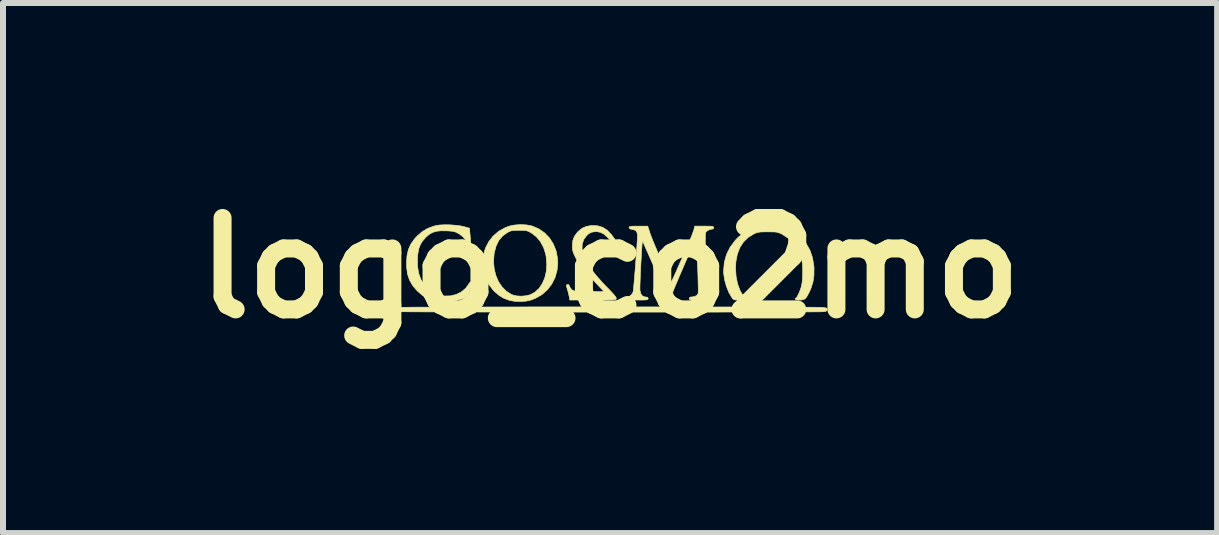
<source format=kicad_pcb>
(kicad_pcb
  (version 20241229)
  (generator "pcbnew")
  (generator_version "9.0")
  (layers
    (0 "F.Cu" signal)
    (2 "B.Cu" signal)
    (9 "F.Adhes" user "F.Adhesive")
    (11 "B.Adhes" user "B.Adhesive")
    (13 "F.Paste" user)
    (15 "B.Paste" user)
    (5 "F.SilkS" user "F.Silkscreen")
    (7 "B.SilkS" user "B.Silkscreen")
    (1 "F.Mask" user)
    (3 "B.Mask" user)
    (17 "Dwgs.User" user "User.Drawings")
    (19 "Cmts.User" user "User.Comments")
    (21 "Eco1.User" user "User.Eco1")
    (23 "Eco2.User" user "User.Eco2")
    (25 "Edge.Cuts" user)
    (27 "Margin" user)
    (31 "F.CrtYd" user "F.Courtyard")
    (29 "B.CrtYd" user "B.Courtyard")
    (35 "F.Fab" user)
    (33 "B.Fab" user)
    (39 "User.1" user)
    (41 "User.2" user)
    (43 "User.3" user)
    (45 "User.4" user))
  (footprint "logo_co2mo"
    (layer "F.Cu")
    (at 7.119 1.418)
    (property "Reference" "logo_co2mo" (at 0 0 0) (layer "F.SilkS") (effects (font (size 1.524 1.524) (thickness 0.3))))
    (attr through_hole)
    (fp_poly (pts (xy -1.393 -0.719) (xy -1.304 -0.702) (xy -1.297 -0.7) (xy -1.187 -0.653) (xy -1.091 -0.586) (xy -1.01 -0.502) (xy -0.946 -0.402) (xy -0.901 -0.291) (xy -0.876 -0.169) (xy -0.871 -0.089) (xy -0.883 0.04) (xy -0.917 0.159) (xy -0.972 0.268) (xy -1.045 0.363) (xy -1.136 0.443) (xy -1.242 0.504) (xy -1.319 0.534) (xy -1.403 0.552) (xy -1.498 0.558) (xy -1.593 0.554) (xy -1.678 0.538) (xy -1.692 0.534) (xy -1.781 0.499) (xy -1.857 0.451) (xy -1.93 0.387) (xy -1.948 0.368) (xy -2.027 0.267) (xy -2.082 0.16) (xy -2.114 0.044) (xy -2.124 -0.084) (xy -2.124 -0.089) (xy -2.122 -0.106) (xy -1.942 -0.106) (xy -1.931 0.013) (xy -1.903 0.125) (xy -1.86 0.226) (xy -1.801 0.314) (xy -1.73 0.385) (xy -1.647 0.438) (xy -1.616 0.451) (xy -1.552 0.465) (xy -1.476 0.469) (xy -1.399 0.462) (xy -1.331 0.445) (xy -1.33 0.445) (xy -1.251 0.402) (xy -1.183 0.339) (xy -1.129 0.259) (xy -1.088 0.164) (xy -1.063 0.059) (xy -1.054 -0.056) (xy -1.063 -0.175) (xy -1.072 -0.23) (xy -1.107 -0.341) (xy -1.16 -0.439) (xy -1.229 -0.522) (xy -1.312 -0.585) (xy -1.323 -0.591) (xy -1.356 -0.609) (xy -1.386 -0.62) (xy -1.419 -0.626) (xy -1.462 -0.628) (xy -1.518 -0.629) (xy -1.578 -0.628) (xy -1.62 -0.625) (xy -1.652 -0.619) (xy -1.682 -0.607) (xy -1.713 -0.591) (xy -1.792 -0.534) (xy -1.854 -0.46) (xy -1.899 -0.368) (xy -1.929 -0.257) (xy -1.933 -0.229) (xy -1.942 -0.106) (xy -2.122 -0.106) (xy -2.111 -0.216) (xy -2.076 -0.335) (xy -2.02 -0.442) (xy -1.946 -0.536) (xy -1.854 -0.614) (xy -1.746 -0.674) (xy -1.679 -0.699) (xy -1.591 -0.717) (xy -1.492 -0.724) (xy -1.393 -0.719)) (stroke (width 0.01) (type solid)) (fill yes) (layer "F.SilkS"))
    (fp_poly (pts (xy 2.795 -0.715) (xy 2.914 -0.687) (xy 3.021 -0.64) (xy 3.12 -0.571) (xy 3.175 -0.521) (xy 3.264 -0.415) (xy 3.331 -0.3) (xy 3.375 -0.172) (xy 3.398 -0.032) (xy 3.4 0) (xy 3.399 0.12) (xy 3.384 0.226) (xy 3.353 0.328) (xy 3.328 0.387) (xy 3.297 0.448) (xy 3.272 0.49) (xy 3.247 0.515) (xy 3.219 0.528) (xy 3.184 0.533) (xy 3.161 0.533) (xy 3.115 0.531) (xy 3.09 0.523) (xy 3.087 0.511) (xy 3.099 0.501) (xy 3.116 0.482) (xy 3.137 0.444) (xy 3.159 0.395) (xy 3.179 0.341) (xy 3.194 0.29) (xy 3.194 0.289) (xy 3.204 0.226) (xy 3.21 0.147) (xy 3.212 0.061) (xy 3.21 -0.022) (xy 3.203 -0.093) (xy 3.199 -0.117) (xy 3.165 -0.227) (xy 3.111 -0.332) (xy 3.041 -0.426) (xy 2.959 -0.505) (xy 2.868 -0.564) (xy 2.864 -0.566) (xy 2.83 -0.582) (xy 2.801 -0.592) (xy 2.77 -0.599) (xy 2.731 -0.602) (xy 2.677 -0.603) (xy 2.629 -0.603) (xy 2.561 -0.603) (xy 2.511 -0.601) (xy 2.475 -0.596) (xy 2.444 -0.589) (xy 2.414 -0.577) (xy 2.398 -0.569) (xy 2.303 -0.511) (xy 2.225 -0.435) (xy 2.164 -0.341) (xy 2.122 -0.231) (xy 2.098 -0.106) (xy 2.092 -0.000108) (xy 2.101 0.14) (xy 2.127 0.268) (xy 2.17 0.381) (xy 2.228 0.476) (xy 2.242 0.493) (xy 2.276 0.533) (xy 2.167 0.533) (xy 2.115 0.533) (xy 2.081 0.531) (xy 2.06 0.524) (xy 2.045 0.513) (xy 2.033 0.496) (xy 1.982 0.409) (xy 1.94 0.307) (xy 1.91 0.197) (xy 1.894 0.089) (xy 1.893 0.044) (xy 1.905 -0.094) (xy 1.941 -0.224) (xy 2.001 -0.346) (xy 2.085 -0.459) (xy 2.126 -0.503) (xy 2.227 -0.591) (xy 2.331 -0.655) (xy 2.443 -0.698) (xy 2.566 -0.72) (xy 2.66 -0.724) (xy 2.795 -0.715)) (stroke (width 0.01) (type solid)) (fill yes) (layer "F.SilkS"))
    (fp_poly (pts (xy -0.206 -0.704) (xy -0.121 -0.678) (xy -0.044 -0.628) (xy 0.025 -0.555) (xy 0.038 -0.537) (xy 0.09 -0.465) (xy 0.061 -0.45) (xy 0.045 -0.444) (xy 0.03 -0.446) (xy 0.01 -0.461) (xy -0.02 -0.49) (xy -0.038 -0.508) (xy -0.099 -0.563) (xy -0.158 -0.595) (xy -0.221 -0.607) (xy -0.278 -0.603) (xy -0.321 -0.592) (xy -0.359 -0.569) (xy -0.389 -0.541) (xy -0.438 -0.476) (xy -0.464 -0.4) (xy -0.466 -0.316) (xy -0.445 -0.222) (xy -0.4 -0.119) (xy -0.332 -0.007) (xy -0.24 0.114) (xy -0.125 0.244) (xy -0.069 0.303) (xy -0.003 0.37) (xy 0.045 0.422) (xy 0.079 0.461) (xy 0.098 0.487) (xy 0.105 0.505) (xy 0.105 0.509) (xy 0.102 0.516) (xy 0.096 0.522) (xy 0.083 0.526) (xy 0.061 0.529) (xy 0.028 0.531) (xy -0.02 0.532) (xy -0.084 0.533) (xy -0.169 0.533) (xy -0.276 0.533) (xy -0.286 0.533) (xy -0.671 0.533) (xy -0.679 0.483) (xy -0.688 0.442) (xy -0.701 0.391) (xy -0.711 0.357) (xy -0.723 0.316) (xy -0.727 0.292) (xy -0.724 0.281) (xy -0.713 0.276) (xy -0.71 0.275) (xy -0.689 0.278) (xy -0.678 0.298) (xy -0.664 0.328) (xy -0.64 0.357) (xy -0.639 0.358) (xy -0.628 0.368) (xy -0.615 0.375) (xy -0.596 0.381) (xy -0.57 0.385) (xy -0.53 0.387) (xy -0.475 0.389) (xy -0.4 0.391) (xy -0.353 0.391) (xy -0.098 0.395) (xy -0.258 0.226) (xy -0.34 0.138) (xy -0.406 0.065) (xy -0.459 0.002) (xy -0.502 -0.054) (xy -0.536 -0.105) (xy -0.565 -0.156) (xy -0.583 -0.191) (xy -0.607 -0.244) (xy -0.621 -0.286) (xy -0.627 -0.328) (xy -0.628 -0.375) (xy -0.62 -0.459) (xy -0.593 -0.53) (xy -0.545 -0.595) (xy -0.526 -0.614) (xy -0.464 -0.664) (xy -0.395 -0.694) (xy -0.313 -0.708) (xy -0.303 -0.709) (xy -0.206 -0.704)) (stroke (width 0.01) (type solid)) (fill yes) (layer "F.SilkS"))
    (fp_poly (pts (xy -2.669 -0.72) (xy -2.576 -0.713) (xy -2.49 -0.702) (xy -2.432 -0.689) (xy -2.343 -0.665) (xy -2.33 -0.517) (xy -2.325 -0.454) (xy -2.322 -0.412) (xy -2.323 -0.386) (xy -2.327 -0.373) (xy -2.334 -0.369) (xy -2.345 -0.368) (xy -2.368 -0.376) (xy -2.381 -0.404) (xy -2.381 -0.406) (xy -2.405 -0.462) (xy -2.448 -0.516) (xy -2.505 -0.563) (xy -2.528 -0.577) (xy -2.564 -0.595) (xy -2.597 -0.607) (xy -2.634 -0.614) (xy -2.685 -0.618) (xy -2.726 -0.62) (xy -2.819 -0.621) (xy -2.893 -0.613) (xy -2.954 -0.595) (xy -3.008 -0.566) (xy -3.06 -0.523) (xy -3.073 -0.51) (xy -3.126 -0.45) (xy -3.164 -0.387) (xy -3.19 -0.315) (xy -3.205 -0.228) (xy -3.21 -0.162) (xy -3.209 -0.029) (xy -3.19 0.088) (xy -3.153 0.19) (xy -3.096 0.281) (xy -3.06 0.324) (xy -2.98 0.393) (xy -2.894 0.438) (xy -2.796 0.463) (xy -2.763 0.466) (xy -2.659 0.464) (xy -2.563 0.44) (xy -2.478 0.398) (xy -2.408 0.339) (xy -2.371 0.29) (xy -2.348 0.254) (xy -2.332 0.235) (xy -2.319 0.231) (xy -2.304 0.238) (xy -2.301 0.24) (xy -2.294 0.25) (xy -2.295 0.269) (xy -2.305 0.302) (xy -2.324 0.353) (xy -2.328 0.364) (xy -2.351 0.418) (xy -2.371 0.456) (xy -2.394 0.482) (xy -2.426 0.501) (xy -2.472 0.517) (xy -2.535 0.534) (xy -2.609 0.548) (xy -2.694 0.556) (xy -2.783 0.558) (xy -2.866 0.554) (xy -2.935 0.544) (xy -2.948 0.54) (xy -3.043 0.506) (xy -3.127 0.456) (xy -3.21 0.385) (xy -3.214 0.381) (xy -3.288 0.295) (xy -3.342 0.202) (xy -3.376 0.1) (xy -3.391 -0.017) (xy -3.393 -0.079) (xy -3.385 -0.201) (xy -3.362 -0.306) (xy -3.32 -0.4) (xy -3.258 -0.487) (xy -3.214 -0.534) (xy -3.132 -0.605) (xy -3.046 -0.658) (xy -2.946 -0.696) (xy -2.908 -0.706) (xy -2.843 -0.717) (xy -2.761 -0.721) (xy -2.669 -0.72)) (stroke (width 0.01) (type solid)) (fill yes) (layer "F.SilkS"))
    (fp_poly (pts (xy 0.27 0.648) (xy 0.53 0.648) (xy 0.787 0.648) (xy 1.04 0.648) (xy 1.289 0.648) (xy 1.53 0.649) (xy 1.765 0.649) (xy 1.99 0.649) (xy 2.205 0.65) (xy 2.409 0.65) (xy 2.6 0.65) (xy 2.776 0.651) (xy 2.938 0.651) (xy 3.083 0.652) (xy 3.21 0.653) (xy 3.318 0.653) (xy 3.406 0.654) (xy 3.472 0.655) (xy 3.515 0.655) (xy 3.534 0.656) (xy 3.579 0.661) (xy 3.605 0.667) (xy 3.617 0.676) (xy 3.619 0.691) (xy 3.619 0.692) (xy 3.616 0.709) (xy 3.602 0.719) (xy 3.572 0.726) (xy 3.553 0.728) (xy 3.535 0.729) (xy 3.493 0.73) (xy 3.429 0.73) (xy 3.342 0.731) (xy 3.236 0.731) (xy 3.11 0.732) (xy 2.966 0.732) (xy 2.806 0.732) (xy 2.63 0.733) (xy 2.441 0.733) (xy 2.238 0.733) (xy 2.024 0.733) (xy 1.8 0.734) (xy 1.566 0.734) (xy 1.325 0.734) (xy 1.078 0.734) (xy 0.825 0.734) (xy 0.568 0.734) (xy 0.308 0.734) (xy 0.047 0.734) (xy -0.215 0.734) (xy -0.475 0.734) (xy -0.733 0.734) (xy -0.987 0.734) (xy -1.237 0.734) (xy -1.481 0.733) (xy -1.717 0.733) (xy -1.945 0.733) (xy -2.163 0.733) (xy -2.369 0.732) (xy -2.564 0.732) (xy -2.745 0.732) (xy -2.911 0.731) (xy -3.06 0.731) (xy -3.193 0.73) (xy -3.306 0.73) (xy -3.4 0.729) (xy -3.473 0.729) (xy -3.523 0.728) (xy -3.55 0.727) (xy -3.553 0.727) (xy -3.587 0.722) (xy -3.603 0.713) (xy -3.607 0.694) (xy -3.607 0.693) (xy -3.604 0.677) (xy -3.593 0.667) (xy -3.567 0.661) (xy -3.529 0.656) (xy -3.509 0.655) (xy -3.464 0.654) (xy -3.397 0.654) (xy -3.309 0.653) (xy -3.2 0.652) (xy -3.072 0.652) (xy -2.926 0.651) (xy -2.763 0.651) (xy -2.586 0.65) (xy -2.394 0.65) (xy -2.19 0.65) (xy -1.975 0.649) (xy -1.749 0.649) (xy -1.514 0.649) (xy -1.272 0.648) (xy -1.023 0.648) (xy -0.77 0.648) (xy -0.512 0.648) (xy -0.252 0.648) (xy 0.009 0.648) (xy 0.27 0.648)) (stroke (width 0.01) (type solid)) (fill yes) (layer "F.SilkS"))
    (fp_poly (pts (xy 1.569 -0.699) (xy 1.635 -0.698) (xy 1.679 -0.697) (xy 1.707 -0.694) (xy 1.721 -0.689) (xy 1.726 -0.682) (xy 1.727 -0.673) (xy 1.721 -0.654) (xy 1.698 -0.648) (xy 1.691 -0.648) (xy 1.655 -0.64) (xy 1.621 -0.621) (xy 1.606 -0.608) (xy 1.596 -0.594) (xy 1.591 -0.573) (xy 1.588 -0.539) (xy 1.588 -0.487) (xy 1.587 -0.464) (xy 1.588 -0.413) (xy 1.591 -0.342) (xy 1.594 -0.256) (xy 1.599 -0.159) (xy 1.604 -0.058) (xy 1.61 0.044) (xy 1.616 0.142) (xy 1.622 0.23) (xy 1.627 0.304) (xy 1.632 0.358) (xy 1.633 0.368) (xy 1.641 0.419) (xy 1.654 0.45) (xy 1.676 0.468) (xy 1.712 0.477) (xy 1.716 0.478) (xy 1.75 0.487) (xy 1.764 0.501) (xy 1.765 0.51) (xy 1.764 0.518) (xy 1.757 0.524) (xy 1.742 0.529) (xy 1.714 0.531) (xy 1.671 0.533) (xy 1.608 0.533) (xy 1.543 0.533) (xy 1.463 0.533) (xy 1.405 0.533) (xy 1.365 0.531) (xy 1.341 0.528) (xy 1.327 0.524) (xy 1.322 0.517) (xy 1.321 0.508) (xy 1.327 0.489) (xy 1.349 0.483) (xy 1.358 0.483) (xy 1.409 0.475) (xy 1.448 0.454) (xy 1.469 0.422) (xy 1.469 0.422) (xy 1.47 0.402) (xy 1.471 0.36) (xy 1.47 0.301) (xy 1.468 0.228) (xy 1.466 0.144) (xy 1.463 0.054) (xy 1.459 -0.038) (xy 1.455 -0.13) (xy 1.451 -0.216) (xy 1.447 -0.294) (xy 1.443 -0.359) (xy 1.44 -0.399) (xy 1.435 -0.444) (xy 1.431 -0.468) (xy 1.426 -0.472) (xy 1.418 -0.461) (xy 1.416 -0.456) (xy 1.402 -0.429) (xy 1.381 -0.382) (xy 1.353 -0.319) (xy 1.32 -0.243) (xy 1.283 -0.158) (xy 1.243 -0.068) (xy 1.204 0.025) (xy 1.164 0.116) (xy 1.128 0.203) (xy 1.094 0.282) (xy 1.066 0.349) (xy 1.045 0.402) (xy 1.031 0.436) (xy 1.028 0.445) (xy 1.009 0.493) (xy 0.988 0.518) (xy 0.968 0.518) (xy 0.95 0.493) (xy 0.941 0.469) (xy 0.932 0.445) (xy 0.914 0.4) (xy 0.889 0.339) (xy 0.857 0.265) (xy 0.82 0.18) (xy 0.78 0.087) (xy 0.753 0.027) (xy 0.711 -0.068) (xy 0.672 -0.157) (xy 0.637 -0.237) (xy 0.606 -0.305) (xy 0.583 -0.358) (xy 0.568 -0.393) (xy 0.563 -0.405) (xy 0.55 -0.431) (xy 0.541 -0.443) (xy 0.54 -0.442) (xy 0.537 -0.428) (xy 0.534 -0.392) (xy 0.53 -0.338) (xy 0.525 -0.27) (xy 0.521 -0.192) (xy 0.516 -0.107) (xy 0.511 -0.018) (xy 0.507 0.069) (xy 0.504 0.152) (xy 0.501 0.227) (xy 0.499 0.29) (xy 0.498 0.338) (xy 0.498 0.366) (xy 0.498 0.367) (xy 0.511 0.426) (xy 0.537 0.463) (xy 0.578 0.481) (xy 0.598 0.483) (xy 0.626 0.487) (xy 0.635 0.503) (xy 0.635 0.508) (xy 0.634 0.518) (xy 0.628 0.524) (xy 0.613 0.529) (xy 0.586 0.532) (xy 0.543 0.533) (xy 0.48 0.533) (xy 0.438 0.533) (xy 0.364 0.533) (xy 0.311 0.532) (xy 0.276 0.531) (xy 0.255 0.527) (xy 0.245 0.521) (xy 0.242 0.513) (xy 0.241 0.508) (xy 0.248 0.489) (xy 0.271 0.483) (xy 0.278 0.483) (xy 0.324 0.471) (xy 0.362 0.44) (xy 0.385 0.397) (xy 0.386 0.391) (xy 0.389 0.368) (xy 0.394 0.323) (xy 0.399 0.26) (xy 0.406 0.183) (xy 0.413 0.096) (xy 0.421 0.002) (xy 0.428 -0.095) (xy 0.435 -0.191) (xy 0.442 -0.283) (xy 0.448 -0.366) (xy 0.452 -0.437) (xy 0.456 -0.493) (xy 0.457 -0.528) (xy 0.457 -0.534) (xy 0.452 -0.587) (xy 0.433 -0.62) (xy 0.398 -0.638) (xy 0.371 -0.644) (xy 0.336 -0.651) (xy 0.32 -0.664) (xy 0.318 -0.675) (xy 0.319 -0.685) (xy 0.328 -0.691) (xy 0.347 -0.695) (xy 0.38 -0.698) (xy 0.433 -0.698) (xy 0.473 -0.698) (xy 0.629 -0.698) (xy 0.662 -0.593) (xy 0.678 -0.548) (xy 0.703 -0.483) (xy 0.736 -0.403) (xy 0.774 -0.312) (xy 0.816 -0.213) (xy 0.861 -0.11) (xy 0.906 -0.007) (xy 0.951 0.092) (xy 0.967 0.126) (xy 0.989 0.171) (xy 1.009 0.204) (xy 1.023 0.221) (xy 1.027 0.221) (xy 1.034 0.207) (xy 1.05 0.173) (xy 1.073 0.123) (xy 1.102 0.059) (xy 1.134 -0.015) (xy 1.17 -0.095) (xy 1.207 -0.179) (xy 1.243 -0.262) (xy 1.278 -0.342) (xy 1.309 -0.415) (xy 1.336 -0.477) (xy 1.357 -0.527) (xy 1.363 -0.542) (xy 1.381 -0.59) (xy 1.396 -0.633) (xy 1.403 -0.66) (xy 1.412 -0.699) (xy 1.569 -0.699)) (stroke (width 0.01) (type solid)) (fill yes) (layer "F.SilkS")))
  (gr_rect
    (start -3 -3)
    (end 17.239 5.836)
    (stroke (width 0.1) (type default))
    (fill no)
    (layer "Edge.Cuts")))
</source>
